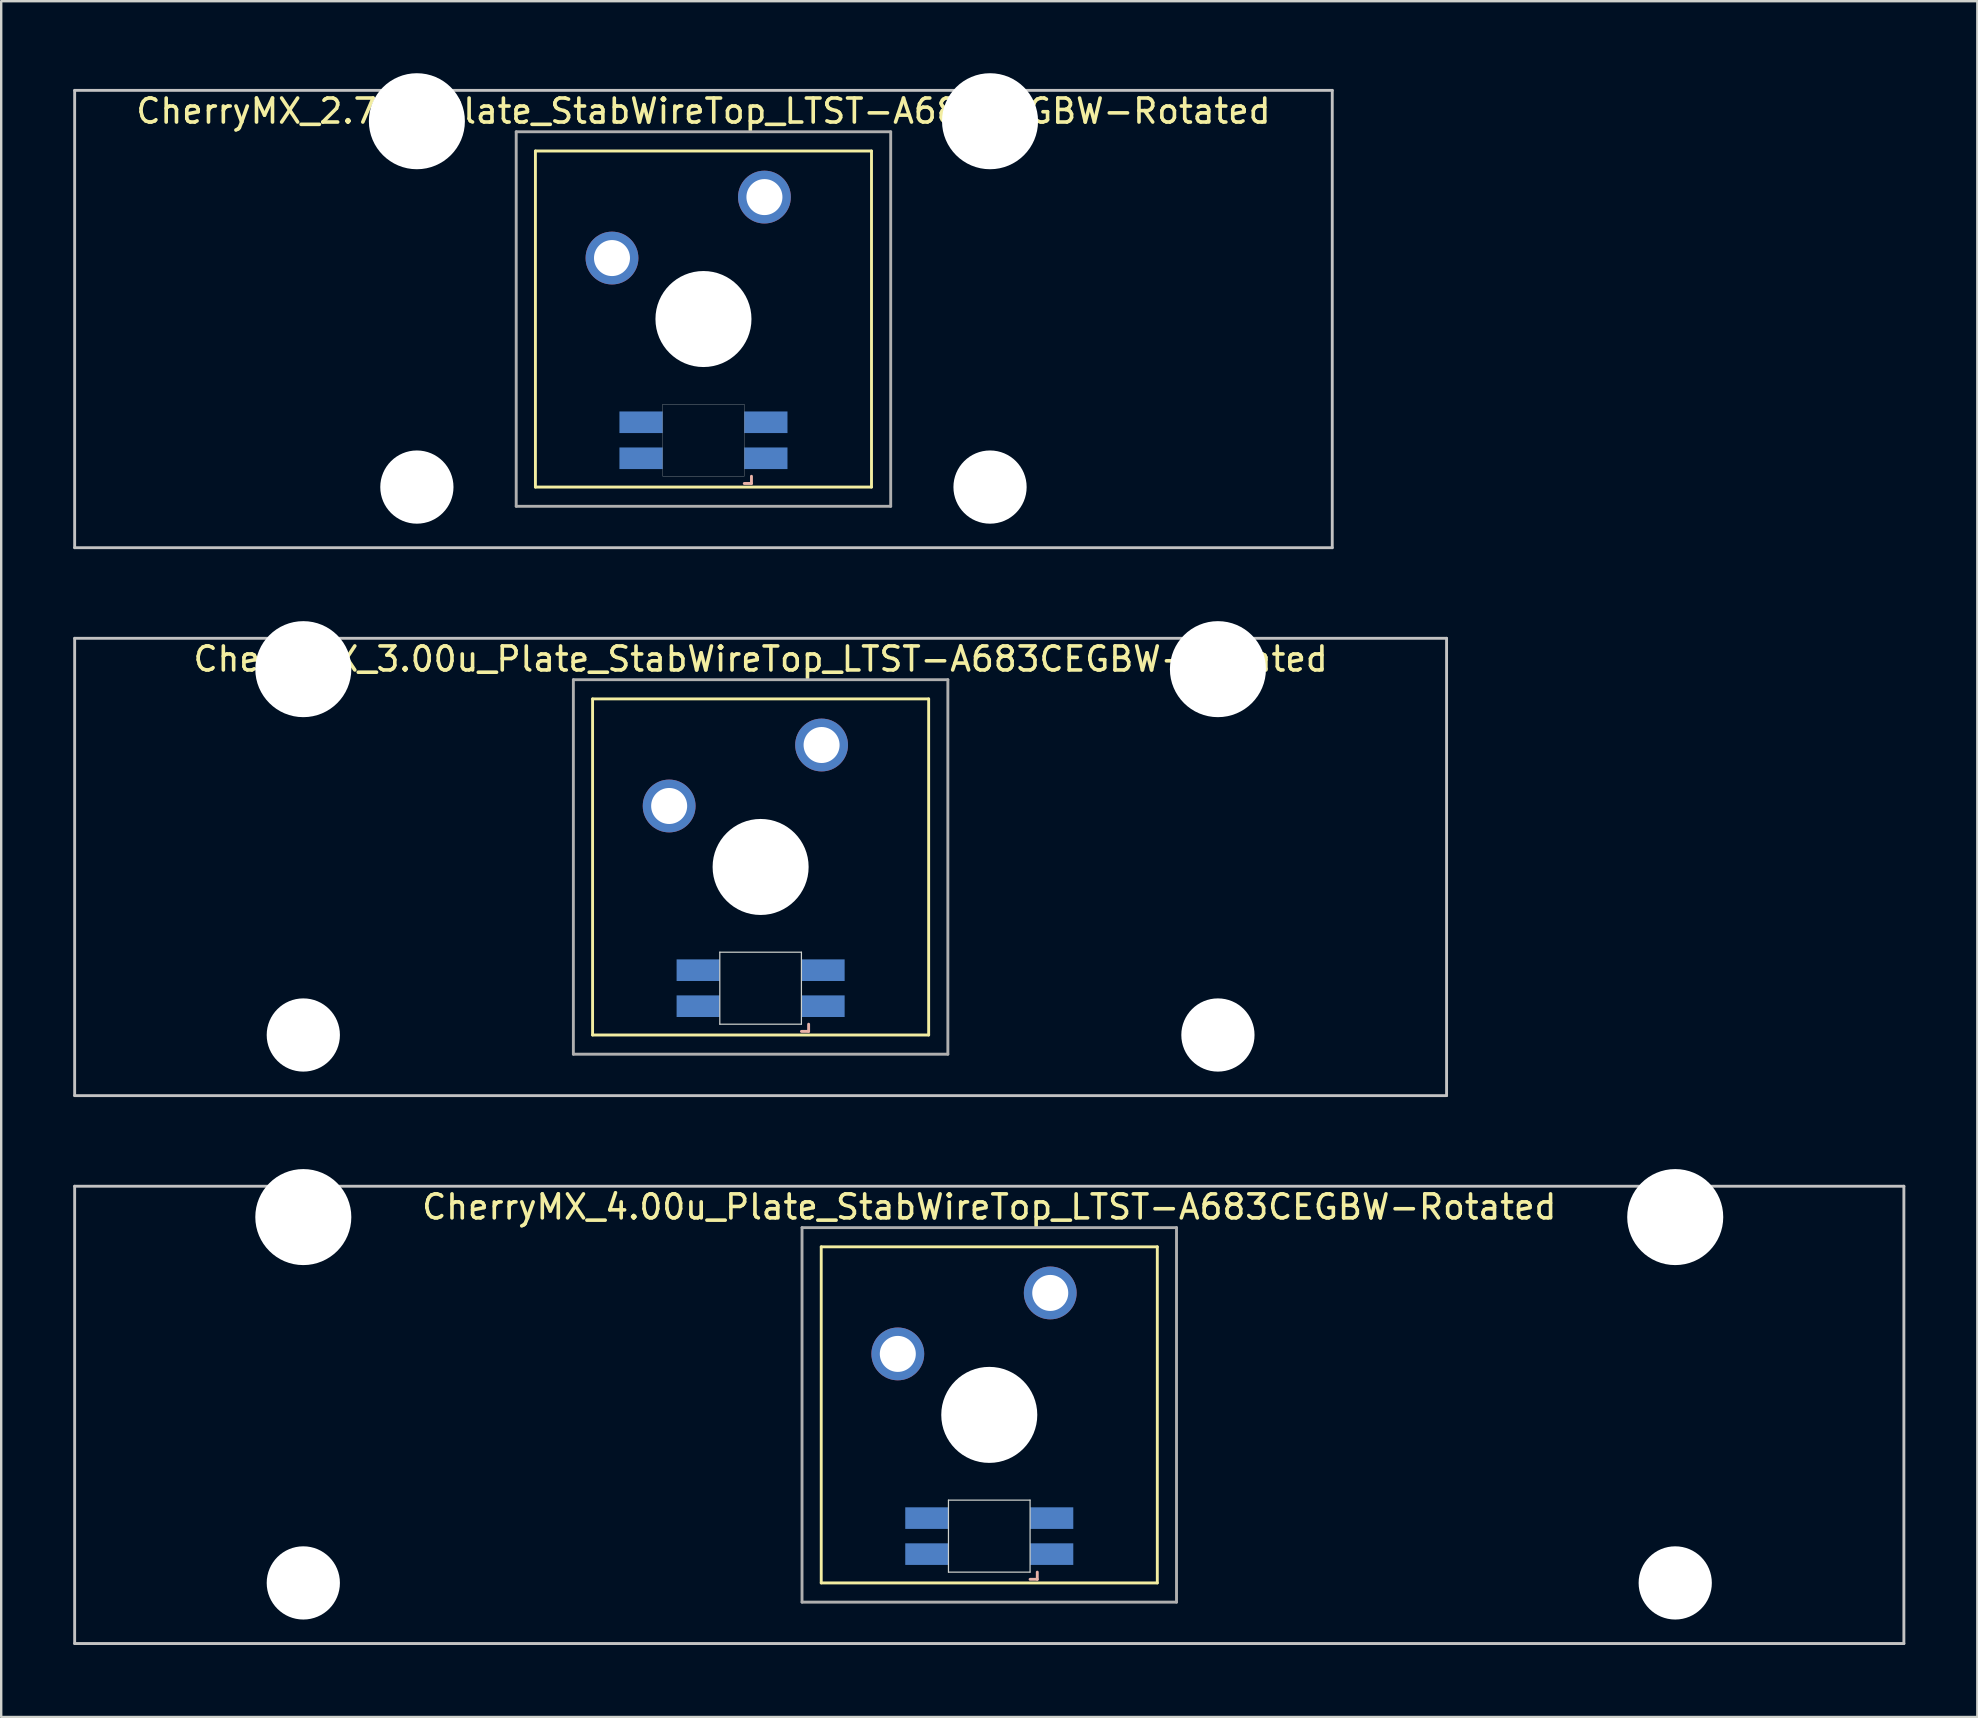
<source format=kicad_pcb>
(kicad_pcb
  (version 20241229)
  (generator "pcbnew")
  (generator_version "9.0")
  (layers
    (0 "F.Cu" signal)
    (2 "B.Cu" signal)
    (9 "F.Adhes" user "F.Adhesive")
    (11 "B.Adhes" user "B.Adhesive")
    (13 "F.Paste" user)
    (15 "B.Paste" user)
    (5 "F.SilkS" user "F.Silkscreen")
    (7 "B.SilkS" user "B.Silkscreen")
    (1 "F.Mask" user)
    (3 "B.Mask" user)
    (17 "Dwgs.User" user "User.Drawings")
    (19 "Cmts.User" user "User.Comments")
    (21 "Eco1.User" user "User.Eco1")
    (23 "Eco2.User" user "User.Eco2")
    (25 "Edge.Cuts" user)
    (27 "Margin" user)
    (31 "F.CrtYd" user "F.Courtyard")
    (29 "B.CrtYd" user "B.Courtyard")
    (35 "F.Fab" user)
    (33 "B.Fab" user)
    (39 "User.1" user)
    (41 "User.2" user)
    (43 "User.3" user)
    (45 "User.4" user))
  (footprint "CherryMX_2.75u_Plate_StabWireTop_LTST-A683CEGBW-Rotated"
    (layer "F.Cu")
    (at 26.254 10.24)
    (property "Reference" "CherryMX_2.75u_Plate_StabWireTop_LTST-A683CEGBW-Rotated" (at 0 -8.662 0) (layer "F.SilkS") (effects (font (size 1 1) (thickness 0.15))))
    (attr through_hole)
    (fp_line (start -7 -7) (end -7 7) (stroke (width 0.12) (type solid)) (layer "F.SilkS"))
    (fp_line (start -7 -7) (end 7 -7) (stroke (width 0.12) (type solid)) (layer "F.SilkS"))
    (fp_line (start 7 -7) (end 7 7) (stroke (width 0.12) (type solid)) (layer "F.SilkS"))
    (fp_line (start 7 7) (end -7 7) (stroke (width 0.12) (type solid)) (layer "F.SilkS"))
    (fp_line (start 1.7 6.85) (end 2 6.85) (stroke (width 0.12) (type solid)) (layer "B.SilkS"))
    (fp_line (start 2 6.85) (end 2 6.55) (stroke (width 0.12) (type solid)) (layer "B.SilkS"))
    (fp_line (start -26.194 -9.525) (end 26.194 -9.525) (stroke (width 0.12) (type solid)) (layer "Dwgs.User"))
    (fp_line (start -26.194 9.525) (end -26.194 -9.525) (stroke (width 0.12) (type solid)) (layer "Dwgs.User"))
    (fp_line (start 26.194 -9.525) (end 26.194 9.525) (stroke (width 0.12) (type solid)) (layer "Dwgs.User"))
    (fp_line (start 26.194 9.525) (end -26.194 9.525) (stroke (width 0.12) (type solid)) (layer "Dwgs.User"))
    (fp_poly (pts (xy -1.7 3.55) (xy 1.7 3.55) (xy 1.7 6.55) (xy -1.7 6.55)) (stroke (width 0.01) (type solid)) (fill no) (layer "Edge.Cuts"))
    (fp_line (start -7.8 -7.8) (end -7.8 7.8) (stroke (width 0.12) (type solid)) (layer "F.Fab"))
    (fp_line (start -7.8 -7.8) (end 7.8 -7.8) (stroke (width 0.12) (type solid)) (layer "F.Fab"))
    (fp_line (start -7.8 7.8) (end 7.8 7.8) (stroke (width 0.12) (type solid)) (layer "F.Fab"))
    (fp_line (start 7.8 -7.8) (end 7.8 7.8) (stroke (width 0.12) (type solid)) (layer "F.Fab"))
    (pad "" np_thru_hole circle (at -11.938 -8.24) (size 4 4) (drill 4) (layers "*.Cu" "*.Mask"))
    (pad "" np_thru_hole circle (at -11.938 7) (size 3.05 3.05) (drill 3.05) (layers "*.Cu" "*.Mask"))
    (pad "" np_thru_hole circle (at 0 0) (size 4 4) (drill 4) (layers "*.Cu" "*.Mask"))
    (pad "" np_thru_hole circle (at 11.938 -8.24) (size 4 4) (drill 4) (layers "*.Cu" "*.Mask"))
    (pad "" np_thru_hole circle (at 11.938 7) (size 3.05 3.05) (drill 3.05) (layers "*.Cu" "*.Mask"))
    (pad "1" thru_hole circle (at -3.81 -2.54) (size 2.2 2.2) (drill 1.5) (layers "*.Cu" "*.Mask"))
    (pad "2" thru_hole circle (at 2.54 -5.08) (size 2.2 2.2) (drill 1.5) (layers "*.Cu" "*.Mask"))
    (pad "3" smd rect (at 2.6 5.8 180) (size 1.8 0.9) (layers "B.Cu" "B.Mask" "B.Paste"))
    (pad "4" smd rect (at 2.6 4.3 180) (size 1.8 0.9) (layers "B.Cu" "B.Mask" "B.Paste"))
    (pad "5" smd rect (at -2.6 5.8 180) (size 1.8 0.9) (layers "B.Cu" "B.Mask" "B.Paste"))
    (pad "6" smd rect (at -2.6 4.3 180) (size 1.8 0.9) (layers "B.Cu" "B.Mask" "B.Paste")))
  (footprint "CherryMX_3.00u_Plate_StabWireTop_LTST-A683CEGBW-Rotated"
    (layer "F.Cu")
    (at 28.635 33.065)
    (property "Reference" "CherryMX_3.00u_Plate_StabWireTop_LTST-A683CEGBW-Rotated" (at 0 -8.662 0) (layer "F.SilkS") (effects (font (size 1 1) (thickness 0.15))))
    (attr through_hole)
    (fp_line (start -7 -7) (end -7 7) (stroke (width 0.12) (type solid)) (layer "F.SilkS"))
    (fp_line (start -7 -7) (end 7 -7) (stroke (width 0.12) (type solid)) (layer "F.SilkS"))
    (fp_line (start 7 -7) (end 7 7) (stroke (width 0.12) (type solid)) (layer "F.SilkS"))
    (fp_line (start 7 7) (end -7 7) (stroke (width 0.12) (type solid)) (layer "F.SilkS"))
    (fp_line (start 1.7 6.85) (end 2 6.85) (stroke (width 0.12) (type solid)) (layer "B.SilkS"))
    (fp_line (start 2 6.85) (end 2 6.55) (stroke (width 0.12) (type solid)) (layer "B.SilkS"))
    (fp_line (start -28.575 -9.525) (end 28.575 -9.525) (stroke (width 0.12) (type solid)) (layer "Dwgs.User"))
    (fp_line (start -28.575 9.525) (end -28.575 -9.525) (stroke (width 0.12) (type solid)) (layer "Dwgs.User"))
    (fp_line (start 28.575 -9.525) (end 28.575 9.525) (stroke (width 0.12) (type solid)) (layer "Dwgs.User"))
    (fp_line (start 28.575 9.525) (end -28.575 9.525) (stroke (width 0.12) (type solid)) (layer "Dwgs.User"))
    (fp_line (start -1.7 3.55) (end 1.7 3.55) (stroke (width 0.05) (type solid)) (layer "Edge.Cuts"))
    (fp_line (start -1.7 6.55) (end -1.7 3.55) (stroke (width 0.05) (type solid)) (layer "Edge.Cuts"))
    (fp_line (start 1.7 3.55) (end 1.7 6.55) (stroke (width 0.05) (type solid)) (layer "Edge.Cuts"))
    (fp_line (start 1.7 6.55) (end -1.7 6.55) (stroke (width 0.05) (type solid)) (layer "Edge.Cuts"))
    (fp_line (start -7.8 -7.8) (end -7.8 7.8) (stroke (width 0.12) (type solid)) (layer "F.Fab"))
    (fp_line (start -7.8 -7.8) (end 7.8 -7.8) (stroke (width 0.12) (type solid)) (layer "F.Fab"))
    (fp_line (start -7.8 7.8) (end 7.8 7.8) (stroke (width 0.12) (type solid)) (layer "F.Fab"))
    (fp_line (start 7.8 -7.8) (end 7.8 7.8) (stroke (width 0.12) (type solid)) (layer "F.Fab"))
    (pad "" np_thru_hole circle (at -19.05 -8.24) (size 4 4) (drill 4) (layers "*.Cu" "*.Mask"))
    (pad "" np_thru_hole circle (at -19.05 7) (size 3.05 3.05) (drill 3.05) (layers "*.Cu" "*.Mask"))
    (pad "" np_thru_hole circle (at 0 0) (size 4 4) (drill 4) (layers "*.Cu" "*.Mask"))
    (pad "" np_thru_hole circle (at 19.05 -8.24) (size 4 4) (drill 4) (layers "*.Cu" "*.Mask"))
    (pad "" np_thru_hole circle (at 19.05 7) (size 3.05 3.05) (drill 3.05) (layers "*.Cu" "*.Mask"))
    (pad "1" thru_hole circle (at -3.81 -2.54) (size 2.2 2.2) (drill 1.5) (layers "*.Cu" "*.Mask"))
    (pad "2" thru_hole circle (at 2.54 -5.08) (size 2.2 2.2) (drill 1.5) (layers "*.Cu" "*.Mask"))
    (pad "3" smd rect (at 2.6 5.8) (size 1.8 0.9) (layers "B.Cu" "B.Mask" "B.Paste"))
    (pad "4" smd rect (at 2.6 4.3) (size 1.8 0.9) (layers "B.Cu" "B.Mask" "B.Paste"))
    (pad "5" smd rect (at -2.6 5.8) (size 1.8 0.9) (layers "B.Cu" "B.Mask" "B.Paste"))
    (pad "6" smd rect (at -2.6 4.3) (size 1.8 0.9) (layers "B.Cu" "B.Mask" "B.Paste")))
  (footprint "CherryMX_4.00u_Plate_StabWireTop_LTST-A683CEGBW-Rotated"
    (layer "F.Cu")
    (at 38.16 55.89)
    (property "Reference" "CherryMX_4.00u_Plate_StabWireTop_LTST-A683CEGBW-Rotated" (at 0 -8.662 0) (layer "F.SilkS") (effects (font (size 1 1) (thickness 0.15))))
    (attr through_hole)
    (fp_line (start -7 -7) (end -7 7) (stroke (width 0.12) (type solid)) (layer "F.SilkS"))
    (fp_line (start -7 -7) (end 7 -7) (stroke (width 0.12) (type solid)) (layer "F.SilkS"))
    (fp_line (start 7 -7) (end 7 7) (stroke (width 0.12) (type solid)) (layer "F.SilkS"))
    (fp_line (start 7 7) (end -7 7) (stroke (width 0.12) (type solid)) (layer "F.SilkS"))
    (fp_line (start 1.7 6.85) (end 2 6.85) (stroke (width 0.12) (type solid)) (layer "B.SilkS"))
    (fp_line (start 2 6.85) (end 2 6.55) (stroke (width 0.12) (type solid)) (layer "B.SilkS"))
    (fp_line (start -38.1 -9.525) (end 38.1 -9.525) (stroke (width 0.12) (type solid)) (layer "Dwgs.User"))
    (fp_line (start -38.1 9.525) (end -38.1 -9.525) (stroke (width 0.12) (type solid)) (layer "Dwgs.User"))
    (fp_line (start 38.1 -9.525) (end 38.1 9.525) (stroke (width 0.12) (type solid)) (layer "Dwgs.User"))
    (fp_line (start 38.1 9.525) (end -38.1 9.525) (stroke (width 0.12) (type solid)) (layer "Dwgs.User"))
    (fp_line (start -1.7 3.55) (end 1.7 3.55) (stroke (width 0.05) (type solid)) (layer "Edge.Cuts"))
    (fp_line (start -1.7 6.55) (end -1.7 3.55) (stroke (width 0.05) (type solid)) (layer "Edge.Cuts"))
    (fp_line (start 1.7 3.55) (end 1.7 6.55) (stroke (width 0.05) (type solid)) (layer "Edge.Cuts"))
    (fp_line (start 1.7 6.55) (end -1.7 6.55) (stroke (width 0.05) (type solid)) (layer "Edge.Cuts"))
    (fp_line (start -7.8 -7.8) (end -7.8 7.8) (stroke (width 0.12) (type solid)) (layer "F.Fab"))
    (fp_line (start -7.8 -7.8) (end 7.8 -7.8) (stroke (width 0.12) (type solid)) (layer "F.Fab"))
    (fp_line (start -7.8 7.8) (end 7.8 7.8) (stroke (width 0.12) (type solid)) (layer "F.Fab"))
    (fp_line (start 7.8 -7.8) (end 7.8 7.8) (stroke (width 0.12) (type solid)) (layer "F.Fab"))
    (pad "" np_thru_hole circle (at -28.575 -8.24) (size 4 4) (drill 4) (layers "*.Cu" "*.Mask"))
    (pad "" np_thru_hole circle (at -28.575 7) (size 3.05 3.05) (drill 3.05) (layers "*.Cu" "*.Mask"))
    (pad "" np_thru_hole circle (at 0 0) (size 4 4) (drill 4) (layers "*.Cu" "*.Mask"))
    (pad "" np_thru_hole circle (at 28.575 -8.24) (size 4 4) (drill 4) (layers "*.Cu" "*.Mask"))
    (pad "" np_thru_hole circle (at 28.575 7) (size 3.05 3.05) (drill 3.05) (layers "*.Cu" "*.Mask"))
    (pad "1" thru_hole circle (at -3.81 -2.54) (size 2.2 2.2) (drill 1.5) (layers "*.Cu" "*.Mask"))
    (pad "2" thru_hole circle (at 2.54 -5.08) (size 2.2 2.2) (drill 1.5) (layers "*.Cu" "*.Mask"))
    (pad "3" smd rect (at 2.6 5.8) (size 1.8 0.9) (layers "B.Cu" "B.Mask" "B.Paste"))
    (pad "4" smd rect (at 2.6 4.3) (size 1.8 0.9) (layers "B.Cu" "B.Mask" "B.Paste"))
    (pad "5" smd rect (at -2.6 5.8) (size 1.8 0.9) (layers "B.Cu" "B.Mask" "B.Paste"))
    (pad "6" smd rect (at -2.6 4.3) (size 1.8 0.9) (layers "B.Cu" "B.Mask" "B.Paste")))
  (gr_rect
    (start -3 -3)
    (end 79.32 68.475)
    (stroke (width 0.1) (type default))
    (fill no)
    (layer "Edge.Cuts")))
</source>
